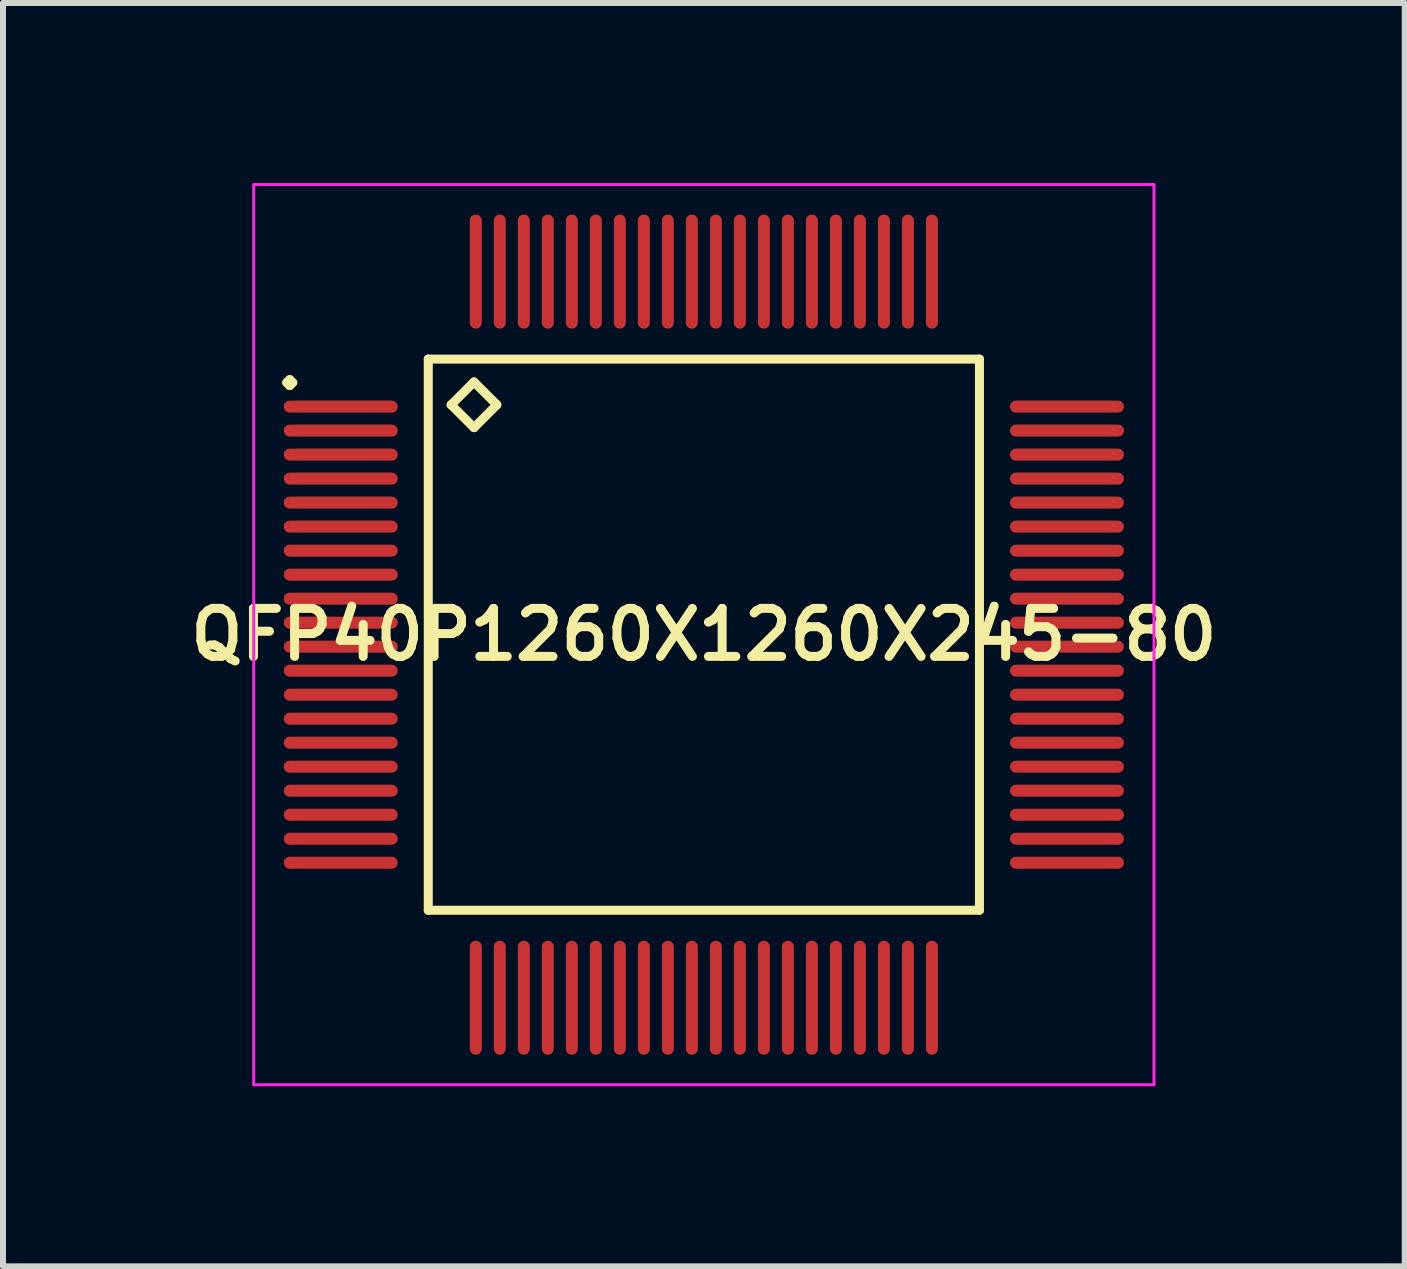
<source format=kicad_pcb>
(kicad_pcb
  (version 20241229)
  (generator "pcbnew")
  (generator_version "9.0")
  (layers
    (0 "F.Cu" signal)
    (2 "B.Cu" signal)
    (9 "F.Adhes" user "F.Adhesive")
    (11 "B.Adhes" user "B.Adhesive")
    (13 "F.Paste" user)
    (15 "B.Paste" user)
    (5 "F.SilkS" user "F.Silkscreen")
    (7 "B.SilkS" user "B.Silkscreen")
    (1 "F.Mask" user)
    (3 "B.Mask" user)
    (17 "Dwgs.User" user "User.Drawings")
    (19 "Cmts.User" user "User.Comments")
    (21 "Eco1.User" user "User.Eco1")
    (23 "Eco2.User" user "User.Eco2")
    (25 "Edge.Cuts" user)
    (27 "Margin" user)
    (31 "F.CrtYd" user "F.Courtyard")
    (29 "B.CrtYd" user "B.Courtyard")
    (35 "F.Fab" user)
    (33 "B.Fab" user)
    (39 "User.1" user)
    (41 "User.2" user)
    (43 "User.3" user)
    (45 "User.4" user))
  (footprint "QFP40P1260X1260X245-80"
    (layer "F.Cu")
    (at 8.678 7.525)
    (property "Reference" "QFP40P1260X1260X245-80" (at 0 0 0) (layer "F.SilkS") (effects (font (size 0.8 0.8) (thickness 0.15))))
    (attr smd)
    (fp_line (start -6.95 -4.2) (end -6.9 -4.25) (stroke (width 0.15) (type solid)) (layer "F.SilkS"))
    (fp_line (start -6.9 -4.25) (end -6.85 -4.2) (stroke (width 0.15) (type solid)) (layer "F.SilkS"))
    (fp_line (start -6.9 -4.15) (end -6.95 -4.2) (stroke (width 0.15) (type solid)) (layer "F.SilkS"))
    (fp_line (start -6.85 -4.2) (end -6.9 -4.15) (stroke (width 0.15) (type solid)) (layer "F.SilkS"))
    (fp_line (start -4.592 -4.592) (end -4.592 4.592) (stroke (width 0.15) (type solid)) (layer "F.SilkS"))
    (fp_line (start -4.592 4.592) (end 4.592 4.592) (stroke (width 0.15) (type solid)) (layer "F.SilkS"))
    (fp_line (start -4.211 -3.83) (end -3.83 -4.211) (stroke (width 0.15) (type solid)) (layer "F.SilkS"))
    (fp_line (start -3.83 -4.211) (end -3.449 -3.83) (stroke (width 0.15) (type solid)) (layer "F.SilkS"))
    (fp_line (start -3.83 -3.449) (end -4.211 -3.83) (stroke (width 0.15) (type solid)) (layer "F.SilkS"))
    (fp_line (start -3.449 -3.83) (end -3.83 -3.449) (stroke (width 0.15) (type solid)) (layer "F.SilkS"))
    (fp_line (start 4.592 -4.592) (end -4.592 -4.592) (stroke (width 0.15) (type solid)) (layer "F.SilkS"))
    (fp_line (start 4.592 4.592) (end 4.592 -4.592) (stroke (width 0.15) (type solid)) (layer "F.SilkS"))
    (fp_line (start -7.5 -7.5) (end 7.5 -7.5) (stroke (width 0.05) (type solid)) (layer "F.CrtYd"))
    (fp_line (start -7.5 7.5) (end -7.5 -7.5) (stroke (width 0.05) (type solid)) (layer "F.CrtYd"))
    (fp_line (start 7.5 -7.5) (end 7.5 7.5) (stroke (width 0.05) (type solid)) (layer "F.CrtYd"))
    (fp_line (start 7.5 7.5) (end -7.5 7.5) (stroke (width 0.05) (type solid)) (layer "F.CrtYd"))
    (pad "1" smd oval (at -6.05 -3.8) (size 1.9 0.2) (layers "F.Cu" "F.Mask" "F.Paste"))
    (pad "2" smd oval (at -6.05 -3.4) (size 1.9 0.2) (layers "F.Cu" "F.Mask" "F.Paste"))
    (pad "3" smd oval (at -6.05 -3) (size 1.9 0.2) (layers "F.Cu" "F.Mask" "F.Paste"))
    (pad "4" smd oval (at -6.05 -2.6) (size 1.9 0.2) (layers "F.Cu" "F.Mask" "F.Paste"))
    (pad "5" smd oval (at -6.05 -2.2) (size 1.9 0.2) (layers "F.Cu" "F.Mask" "F.Paste"))
    (pad "6" smd oval (at -6.05 -1.8) (size 1.9 0.2) (layers "F.Cu" "F.Mask" "F.Paste"))
    (pad "7" smd oval (at -6.05 -1.4) (size 1.9 0.2) (layers "F.Cu" "F.Mask" "F.Paste"))
    (pad "8" smd oval (at -6.05 -1) (size 1.9 0.2) (layers "F.Cu" "F.Mask" "F.Paste"))
    (pad "9" smd oval (at -6.05 -0.6) (size 1.9 0.2) (layers "F.Cu" "F.Mask" "F.Paste"))
    (pad "10" smd oval (at -6.05 -0.2) (size 1.9 0.2) (layers "F.Cu" "F.Mask" "F.Paste"))
    (pad "11" smd oval (at -6.05 0.2) (size 1.9 0.2) (layers "F.Cu" "F.Mask" "F.Paste"))
    (pad "12" smd oval (at -6.05 0.6) (size 1.9 0.2) (layers "F.Cu" "F.Mask" "F.Paste"))
    (pad "13" smd oval (at -6.05 1) (size 1.9 0.2) (layers "F.Cu" "F.Mask" "F.Paste"))
    (pad "14" smd oval (at -6.05 1.4) (size 1.9 0.2) (layers "F.Cu" "F.Mask" "F.Paste"))
    (pad "15" smd oval (at -6.05 1.8) (size 1.9 0.2) (layers "F.Cu" "F.Mask" "F.Paste"))
    (pad "16" smd oval (at -6.05 2.2) (size 1.9 0.2) (layers "F.Cu" "F.Mask" "F.Paste"))
    (pad "17" smd oval (at -6.05 2.6) (size 1.9 0.2) (layers "F.Cu" "F.Mask" "F.Paste"))
    (pad "18" smd oval (at -6.05 3) (size 1.9 0.2) (layers "F.Cu" "F.Mask" "F.Paste"))
    (pad "19" smd oval (at -6.05 3.4) (size 1.9 0.2) (layers "F.Cu" "F.Mask" "F.Paste"))
    (pad "20" smd oval (at -6.05 3.8) (size 1.9 0.2) (layers "F.Cu" "F.Mask" "F.Paste"))
    (pad "21" smd oval (at -3.8 6.05) (size 0.2 1.9) (layers "F.Cu" "F.Mask" "F.Paste"))
    (pad "22" smd oval (at -3.4 6.05) (size 0.2 1.9) (layers "F.Cu" "F.Mask" "F.Paste"))
    (pad "23" smd oval (at -3 6.05) (size 0.2 1.9) (layers "F.Cu" "F.Mask" "F.Paste"))
    (pad "24" smd oval (at -2.6 6.05) (size 0.2 1.9) (layers "F.Cu" "F.Mask" "F.Paste"))
    (pad "25" smd oval (at -2.2 6.05) (size 0.2 1.9) (layers "F.Cu" "F.Mask" "F.Paste"))
    (pad "26" smd oval (at -1.8 6.05) (size 0.2 1.9) (layers "F.Cu" "F.Mask" "F.Paste"))
    (pad "27" smd oval (at -1.4 6.05) (size 0.2 1.9) (layers "F.Cu" "F.Mask" "F.Paste"))
    (pad "28" smd oval (at -1 6.05) (size 0.2 1.9) (layers "F.Cu" "F.Mask" "F.Paste"))
    (pad "29" smd oval (at -0.6 6.05) (size 0.2 1.9) (layers "F.Cu" "F.Mask" "F.Paste"))
    (pad "30" smd oval (at -0.2 6.05) (size 0.2 1.9) (layers "F.Cu" "F.Mask" "F.Paste"))
    (pad "31" smd oval (at 0.2 6.05) (size 0.2 1.9) (layers "F.Cu" "F.Mask" "F.Paste"))
    (pad "32" smd oval (at 0.6 6.05) (size 0.2 1.9) (layers "F.Cu" "F.Mask" "F.Paste"))
    (pad "33" smd oval (at 1 6.05) (size 0.2 1.9) (layers "F.Cu" "F.Mask" "F.Paste"))
    (pad "34" smd oval (at 1.4 6.05) (size 0.2 1.9) (layers "F.Cu" "F.Mask" "F.Paste"))
    (pad "35" smd oval (at 1.8 6.05) (size 0.2 1.9) (layers "F.Cu" "F.Mask" "F.Paste"))
    (pad "36" smd oval (at 2.2 6.05) (size 0.2 1.9) (layers "F.Cu" "F.Mask" "F.Paste"))
    (pad "37" smd oval (at 2.6 6.05) (size 0.2 1.9) (layers "F.Cu" "F.Mask" "F.Paste"))
    (pad "38" smd oval (at 3 6.05) (size 0.2 1.9) (layers "F.Cu" "F.Mask" "F.Paste"))
    (pad "39" smd oval (at 3.4 6.05) (size 0.2 1.9) (layers "F.Cu" "F.Mask" "F.Paste"))
    (pad "40" smd oval (at 3.8 6.05) (size 0.2 1.9) (layers "F.Cu" "F.Mask" "F.Paste"))
    (pad "41" smd oval (at 6.05 3.8) (size 1.9 0.2) (layers "F.Cu" "F.Mask" "F.Paste"))
    (pad "42" smd oval (at 6.05 3.4) (size 1.9 0.2) (layers "F.Cu" "F.Mask" "F.Paste"))
    (pad "43" smd oval (at 6.05 3) (size 1.9 0.2) (layers "F.Cu" "F.Mask" "F.Paste"))
    (pad "44" smd oval (at 6.05 2.6) (size 1.9 0.2) (layers "F.Cu" "F.Mask" "F.Paste"))
    (pad "45" smd oval (at 6.05 2.2) (size 1.9 0.2) (layers "F.Cu" "F.Mask" "F.Paste"))
    (pad "46" smd oval (at 6.05 1.8) (size 1.9 0.2) (layers "F.Cu" "F.Mask" "F.Paste"))
    (pad "47" smd oval (at 6.05 1.4) (size 1.9 0.2) (layers "F.Cu" "F.Mask" "F.Paste"))
    (pad "48" smd oval (at 6.05 1) (size 1.9 0.2) (layers "F.Cu" "F.Mask" "F.Paste"))
    (pad "49" smd oval (at 6.05 0.6) (size 1.9 0.2) (layers "F.Cu" "F.Mask" "F.Paste"))
    (pad "50" smd oval (at 6.05 0.2) (size 1.9 0.2) (layers "F.Cu" "F.Mask" "F.Paste"))
    (pad "51" smd oval (at 6.05 -0.2) (size 1.9 0.2) (layers "F.Cu" "F.Mask" "F.Paste"))
    (pad "52" smd oval (at 6.05 -0.6) (size 1.9 0.2) (layers "F.Cu" "F.Mask" "F.Paste"))
    (pad "53" smd oval (at 6.05 -1) (size 1.9 0.2) (layers "F.Cu" "F.Mask" "F.Paste"))
    (pad "54" smd oval (at 6.05 -1.4) (size 1.9 0.2) (layers "F.Cu" "F.Mask" "F.Paste"))
    (pad "55" smd oval (at 6.05 -1.8) (size 1.9 0.2) (layers "F.Cu" "F.Mask" "F.Paste"))
    (pad "56" smd oval (at 6.05 -2.2) (size 1.9 0.2) (layers "F.Cu" "F.Mask" "F.Paste"))
    (pad "57" smd oval (at 6.05 -2.6) (size 1.9 0.2) (layers "F.Cu" "F.Mask" "F.Paste"))
    (pad "58" smd oval (at 6.05 -3) (size 1.9 0.2) (layers "F.Cu" "F.Mask" "F.Paste"))
    (pad "59" smd oval (at 6.05 -3.4) (size 1.9 0.2) (layers "F.Cu" "F.Mask" "F.Paste"))
    (pad "60" smd oval (at 6.05 -3.8) (size 1.9 0.2) (layers "F.Cu" "F.Mask" "F.Paste"))
    (pad "61" smd oval (at 3.8 -6.05) (size 0.2 1.9) (layers "F.Cu" "F.Mask" "F.Paste"))
    (pad "62" smd oval (at 3.4 -6.05) (size 0.2 1.9) (layers "F.Cu" "F.Mask" "F.Paste"))
    (pad "63" smd oval (at 3 -6.05) (size 0.2 1.9) (layers "F.Cu" "F.Mask" "F.Paste"))
    (pad "64" smd oval (at 2.6 -6.05) (size 0.2 1.9) (layers "F.Cu" "F.Mask" "F.Paste"))
    (pad "65" smd oval (at 2.2 -6.05) (size 0.2 1.9) (layers "F.Cu" "F.Mask" "F.Paste"))
    (pad "66" smd oval (at 1.8 -6.05) (size 0.2 1.9) (layers "F.Cu" "F.Mask" "F.Paste"))
    (pad "67" smd oval (at 1.4 -6.05) (size 0.2 1.9) (layers "F.Cu" "F.Mask" "F.Paste"))
    (pad "68" smd oval (at 1 -6.05) (size 0.2 1.9) (layers "F.Cu" "F.Mask" "F.Paste"))
    (pad "69" smd oval (at 0.6 -6.05) (size 0.2 1.9) (layers "F.Cu" "F.Mask" "F.Paste"))
    (pad "70" smd oval (at 0.2 -6.05) (size 0.2 1.9) (layers "F.Cu" "F.Mask" "F.Paste"))
    (pad "71" smd oval (at -0.2 -6.05) (size 0.2 1.9) (layers "F.Cu" "F.Mask" "F.Paste"))
    (pad "72" smd oval (at -0.6 -6.05) (size 0.2 1.9) (layers "F.Cu" "F.Mask" "F.Paste"))
    (pad "73" smd oval (at -1 -6.05) (size 0.2 1.9) (layers "F.Cu" "F.Mask" "F.Paste"))
    (pad "74" smd oval (at -1.4 -6.05) (size 0.2 1.9) (layers "F.Cu" "F.Mask" "F.Paste"))
    (pad "75" smd oval (at -1.8 -6.05) (size 0.2 1.9) (layers "F.Cu" "F.Mask" "F.Paste"))
    (pad "76" smd oval (at -2.2 -6.05) (size 0.2 1.9) (layers "F.Cu" "F.Mask" "F.Paste"))
    (pad "77" smd oval (at -2.6 -6.05) (size 0.2 1.9) (layers "F.Cu" "F.Mask" "F.Paste"))
    (pad "78" smd oval (at -3 -6.05) (size 0.2 1.9) (layers "F.Cu" "F.Mask" "F.Paste"))
    (pad "79" smd oval (at -3.4 -6.05) (size 0.2 1.9) (layers "F.Cu" "F.Mask" "F.Paste"))
    (pad "80" smd oval (at -3.8 -6.05) (size 0.2 1.9) (layers "F.Cu" "F.Mask" "F.Paste")))
  (gr_rect
    (start -3 -3)
    (end 20.357 18.05)
    (stroke (width 0.1) (type default))
    (fill no)
    (layer "Edge.Cuts")))
</source>
